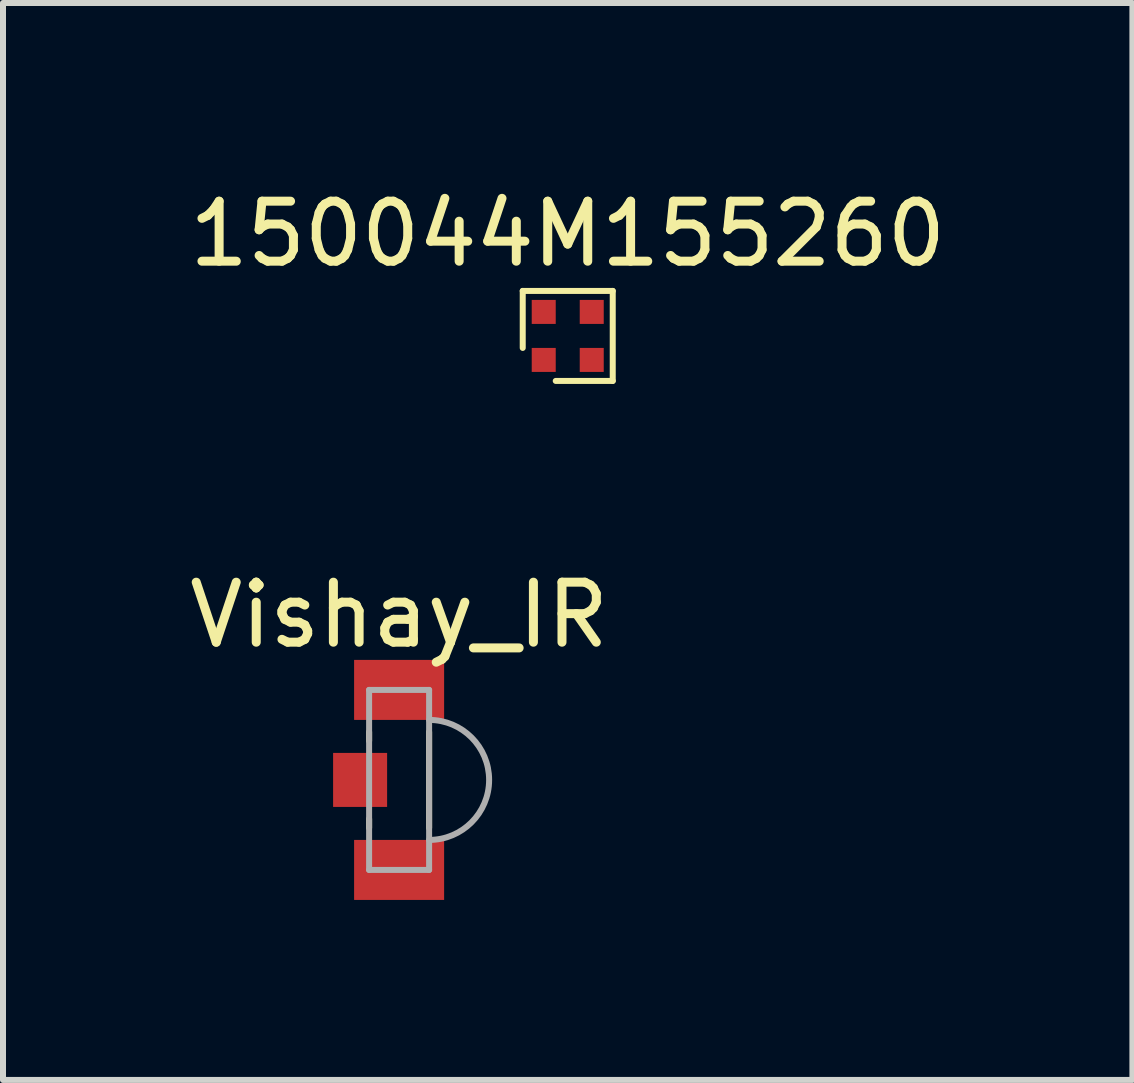
<source format=kicad_pcb>
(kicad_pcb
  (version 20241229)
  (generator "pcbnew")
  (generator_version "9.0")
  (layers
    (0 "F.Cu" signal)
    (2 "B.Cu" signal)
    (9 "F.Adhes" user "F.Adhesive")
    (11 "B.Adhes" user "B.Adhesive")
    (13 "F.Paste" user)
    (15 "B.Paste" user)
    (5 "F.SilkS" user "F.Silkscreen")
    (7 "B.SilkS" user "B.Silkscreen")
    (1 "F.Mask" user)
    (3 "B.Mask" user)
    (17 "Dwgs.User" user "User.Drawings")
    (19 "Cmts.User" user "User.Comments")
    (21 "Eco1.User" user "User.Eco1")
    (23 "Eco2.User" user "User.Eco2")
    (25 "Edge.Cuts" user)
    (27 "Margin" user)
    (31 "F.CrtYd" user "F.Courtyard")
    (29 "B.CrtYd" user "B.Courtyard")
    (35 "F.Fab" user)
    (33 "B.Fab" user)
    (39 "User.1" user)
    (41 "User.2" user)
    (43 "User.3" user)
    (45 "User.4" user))
  (footprint "150044M155260"
    (layer "F.Cu")
    (at 6.411 2.548)
    (property "Reference" "150044M155260" (at 0 -1.7 0) (layer "F.SilkS") (effects (font (size 1 1) (thickness 0.15))))
    (attr smd)
    (fp_line (start -0.75 -0.75) (end 0.75 -0.75) (stroke (width 0.1) (type solid)) (layer "F.SilkS"))
    (fp_line (start -0.75 0.2) (end -0.75 -0.75) (stroke (width 0.1) (type solid)) (layer "F.SilkS"))
    (fp_line (start 0.75 -0.75) (end 0.75 0.75) (stroke (width 0.1) (type solid)) (layer "F.SilkS"))
    (fp_line (start 0.75 0.75) (end -0.2 0.75) (stroke (width 0.1) (type solid)) (layer "F.SilkS"))
    (pad "1" smd rect (at -0.4 0.4) (size 0.4 0.4) (layers "F.Cu" "F.Mask" "F.Paste"))
    (pad "2" smd rect (at -0.4 -0.4) (size 0.4 0.4) (layers "F.Cu" "F.Mask" "F.Paste"))
    (pad "3" smd rect (at 0.4 -0.4) (size 0.4 0.4) (layers "F.Cu" "F.Mask" "F.Paste"))
    (pad "4" smd rect (at 0.4 0.4) (size 0.4 0.4) (layers "F.Cu" "F.Mask" "F.Paste")))
  (footprint "Vishay_IR"
    (layer "F.Cu")
    (at 3.601 9.947)
    (property "Reference" "Vishay_IR" (at 0 -2.75 0) (layer "F.SilkS") (effects (font (size 1 1) (thickness 0.15))))
    (attr smd)
    (fp_line (start -0.5 -0.65) (end -0.5 -0.8) (stroke (width 0.1) (type solid)) (layer "F.SilkS"))
    (fp_line (start -0.5 0.8) (end -0.5 0.65) (stroke (width 0.1) (type solid)) (layer "F.SilkS"))
    (fp_line (start 0.5 -0.8) (end 0.5 0.8) (stroke (width 0.1) (type solid)) (layer "F.SilkS"))
    (fp_line (start -0.5 -1.5) (end 0.5 -1.5) (stroke (width 0.1) (type solid)) (layer "F.Fab"))
    (fp_line (start -0.5 1.5) (end -0.5 -1.5) (stroke (width 0.1) (type solid)) (layer "F.Fab"))
    (fp_line (start 0.5 -1.5) (end 0.5 1.5) (stroke (width 0.1) (type solid)) (layer "F.Fab"))
    (fp_line (start 0.5 1.5) (end -0.5 1.5) (stroke (width 0.1) (type solid)) (layer "F.Fab"))
    (fp_arc (start 0.5 -1) (mid 1.5 0) (end 0.5 1) (stroke (width 0.1) (type solid)) (layer "F.Fab"))
    (pad "1" smd rect (at 0 -1.5) (size 1.5 1) (layers "F.Cu" "F.Mask" "F.Paste"))
    (pad "2" smd rect (at 0 1.5) (size 1.5 1) (layers "F.Cu" "F.Mask" "F.Paste"))
    (pad "MP" smd rect (at -0.65 0) (size 0.9 0.9) (layers "F.Cu" "F.Mask" "F.Paste")))
  (gr_rect
    (start -3 -3)
    (end 15.821 14.947)
    (stroke (width 0.1) (type default))
    (fill no)
    (layer "Edge.Cuts")))
</source>
